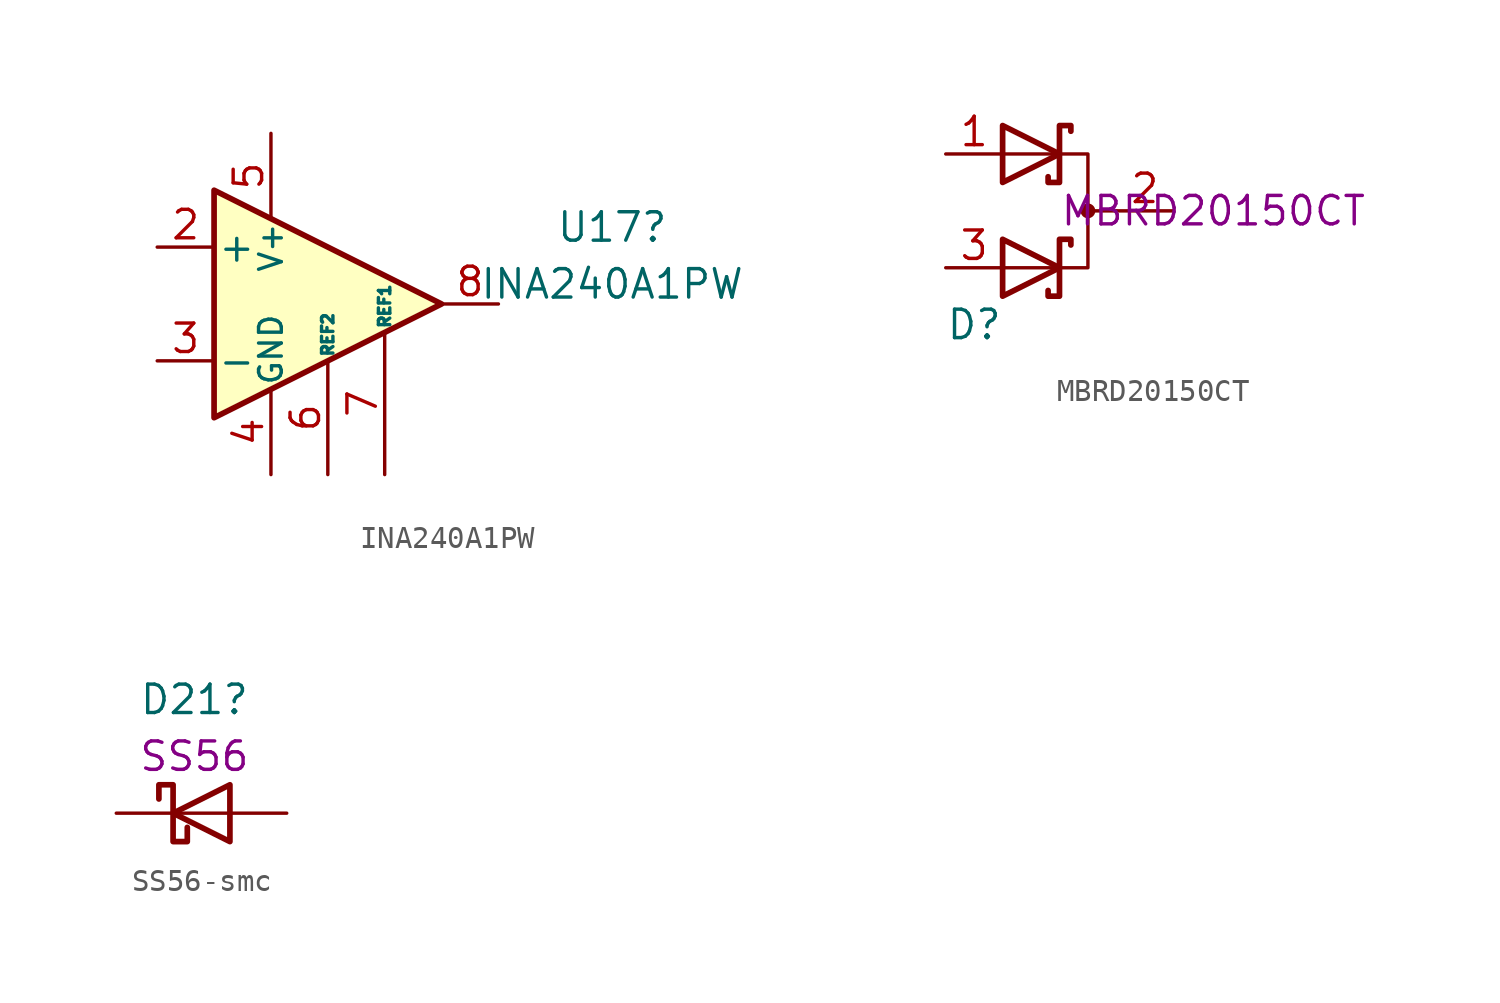
<source format=kicad_sym>
(kicad_symbol_lib
  (version 20220914)
  (generator kicad_symbol_editor)
  (symbol "INA240A1PW"
    (pin_names
      (offset 0.127))
    (property "Reference" "U17"
      (at 12.7 3.429 0)
      (effects (font (size 1.27 1.27))))
    (property "Value" "INA240A1PW"
      (at 12.7 0.889 0)
      (effects (font (size 1.27 1.27))))
    (symbol "INA240A1PW_0_1"
      (polyline (pts (xy 5.08 0) (xy -5.08 5.08) (xy -5.08 -5.08) (xy 5.08 0)) (stroke (width 0.254) (type default)) (fill (type background))))
    (symbol "INA240A1PW_1_1"
      (pin passive line (at -2.54 -7.62 90) (length 3.81) hide (name "GND" (effects (font (size 1.016 1.016)))) (number "1" (effects (font (size 1.27 1.27)))))
      (pin input line (at -7.62 2.54 0) (length 2.54) (name "+" (effects (font (size 1.27 1.27)))) (number "2" (effects (font (size 1.27 1.27)))))
      (pin input line (at -7.62 -2.54 0) (length 2.54) (name "-" (effects (font (size 1.27 1.27)))) (number "3" (effects (font (size 1.27 1.27)))))
      (pin power_in line (at -2.54 -7.62 90) (length 3.81) (name "GND" (effects (font (size 1.016 1.016)))) (number "4" (effects (font (size 1.27 1.27)))))
      (pin power_in line (at -2.54 7.62 270) (length 3.81) (name "V+" (effects (font (size 1.016 1.016)))) (number "5" (effects (font (size 1.27 1.27)))))
      (pin passive line (at 0 -7.62 90) (length 5.08) (name "REF2" (effects (font (size 0.508 0.508)))) (number "6" (effects (font (size 1.27 1.27)))))
      (pin passive line (at 2.54 -7.62 90) (length 6.35) (name "REF1" (effects (font (size 0.508 0.508)))) (number "7" (effects (font (size 1.27 1.27)))))
      (pin output line (at 7.62 0 180) (length 2.54) (name "~" (effects (font (size 1.27 1.27)))) (number "8" (effects (font (size 1.27 1.27)))))))
  (symbol "MBRD20150CT"
    (pin_names
      (offset 0.762) hide)
    (property "Reference" "D"
      (at -3.81 -5.08 0)
      (effects (font (size 1.27 1.27))))
    (property "Main Value" "MBRD20150CT"
      (at 0 0 0)
      (effects (font (size 1.27 1.27)) (justify left)))
    (symbol "MBRD20150CT_0_1"
      (polyline (pts (xy 1.27 0) (xy 2.54 0)) (stroke (width 0) (type default)) (fill (type none)))
      (polyline (pts (xy -2.54 -2.54) (xy 1.27 -2.54) (xy 1.27 2.54) (xy -2.54 2.54)) (stroke (width 0) (type default)) (fill (type none)))
      (polyline (pts (xy -2.54 -1.27) (xy 0 -2.54) (xy -2.54 -3.81) (xy -2.54 -1.27) (xy -2.54 -1.27) (xy -2.54 -1.27)) (stroke (width 0.254) (type default)) (fill (type none)))
      (polyline (pts (xy -2.54 3.81) (xy 0 2.54) (xy -2.54 1.27) (xy -2.54 3.81) (xy -2.54 3.81) (xy -2.54 3.81)) (stroke (width 0.254) (type default)) (fill (type none)))
      (polyline (pts (xy 0.508 -1.524) (xy 0.508 -1.27) (xy 0 -1.27) (xy 0 -3.81) (xy -0.508 -3.81) (xy -0.508 -3.556)) (stroke (width 0.254) (type default)) (fill (type none)))
      (polyline (pts (xy 0.508 3.556) (xy 0.508 3.81) (xy 0 3.81) (xy 0 1.27) (xy -0.508 1.27) (xy -0.508 1.524)) (stroke (width 0.254) (type default)) (fill (type none)))
      (circle (center 1.27 0) (radius 0.254) (stroke (width 0) (type default)) (fill (type outline)))
      (pin passive line (at -5.08 2.54 0) (length 2.54) (name "K" (effects (font (size 1.27 1.27)))) (number "1" (effects (font (size 1.27 1.27)))))
      (pin passive line (at 5.08 0 180) (length 2.54) (name "A" (effects (font (size 1.27 1.27)))) (number "2" (effects (font (size 1.27 1.27)))))
      (pin passive line (at -5.08 -2.54 0) (length 2.54) (name "K" (effects (font (size 1.27 1.27)))) (number "3" (effects (font (size 1.27 1.27)))))))
  (symbol "SS56-smc"
    (pin_numbers hide)
    (pin_names
      (offset 1.016) hide)
    (property "Reference" "D21"
      (at -0.318 5.08 0)
      (effects (font (size 1.27 1.27))))
    (property "Main Value" "SS56"
      (at -0.318 2.54 0)
      (effects (font (size 1.27 1.27))))
    (symbol "SS56-smc_0_1"
      (polyline (pts (xy 1.27 0) (xy -1.27 0)) (stroke (width 0) (type default)) (fill (type none)))
      (polyline (pts (xy 1.27 1.27) (xy 1.27 -1.27) (xy -1.27 0) (xy 1.27 1.27)) (stroke (width 0.254) (type default)) (fill (type none)))
      (polyline (pts (xy -1.905 0.635) (xy -1.905 1.27) (xy -1.27 1.27) (xy -1.27 -1.27) (xy -0.635 -1.27) (xy -0.635 -0.635)) (stroke (width 0.254) (type default)) (fill (type none))))
    (symbol "SS56-smc_1_1"
      (pin passive line (at -3.81 0 0) (length 2.54) (name "K" (effects (font (size 1.27 1.27)))) (number "1" (effects (font (size 1.27 1.27)))))
      (pin passive line (at 3.81 0 180) (length 2.54) (name "A" (effects (font (size 1.27 1.27)))) (number "2" (effects (font (size 1.27 1.27))))))))
</source>
